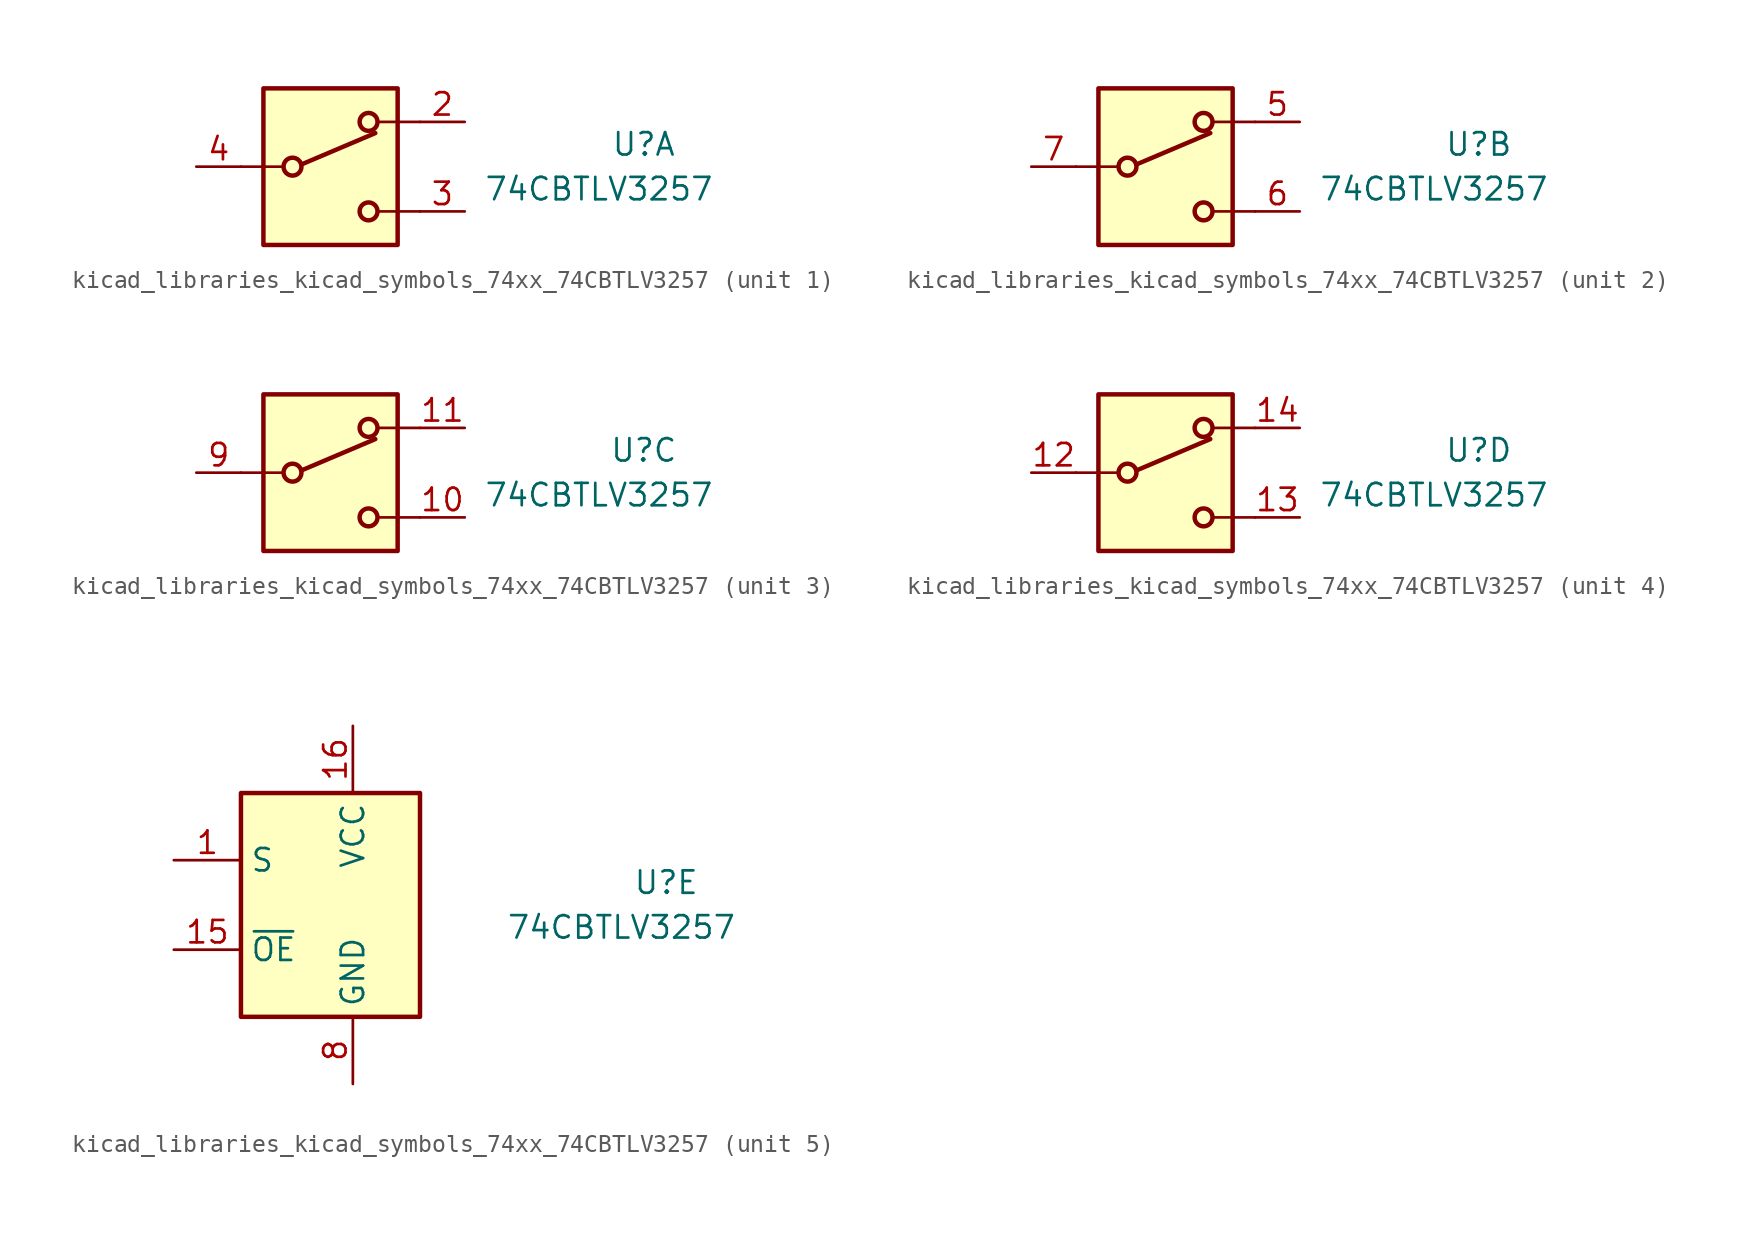
<source format=kicad_sym>
(kicad_symbol_lib
  (version 20220914)
  (generator kicad_symbol_editor)
  (symbol "kicad_libraries_kicad_symbols_74xx_74CBTLV3257"
    (property "Reference" "U"
      (at 17.78 1.27 0)
      (effects (font (size 1.27 1.27))))
    (property "Value" "74CBTLV3257"
      (at 15.24 -1.27 0)
      (effects (font (size 1.27 1.27))))
    (property "ki_locked" ""
      (at 0 0 0)
      (effects (font (size 1.27 1.27))))
    (symbol "kicad_libraries_kicad_symbols_74xx_74CBTLV3257_1_1"
      (rectangle (start -3.81 4.445) (end 3.81 -4.445) (stroke (width 0.254) (type default)) (fill (type background)))
      (circle (center -2.159 0) (radius 0.508) (stroke (width 0.254) (type default)) (fill (type none)))
      (polyline (pts (xy -5.08 0) (xy -2.794 0)) (stroke (width 0) (type default)) (fill (type none)))
      (polyline (pts (xy -1.651 0.127) (xy 2.54 1.905)) (stroke (width 0.254) (type default)) (fill (type none)))
      (polyline (pts (xy 5.08 -2.54) (xy 2.794 -2.54)) (stroke (width 0) (type default)) (fill (type none)))
      (polyline (pts (xy 5.08 2.54) (xy 2.794 2.54)) (stroke (width 0) (type default)) (fill (type none)))
      (circle (center 2.159 -2.54) (radius 0.508) (stroke (width 0.254) (type default)) (fill (type none)))
      (circle (center 2.159 2.54) (radius 0.508) (stroke (width 0.254) (type default)) (fill (type none)))
      (pin passive line (at 7.62 2.54 180) (length 2.54) (name "~" (effects (font (size 1.27 1.27)))) (number "2" (effects (font (size 1.27 1.27)))))
      (pin passive line (at 7.62 -2.54 180) (length 2.54) (name "~" (effects (font (size 1.27 1.27)))) (number "3" (effects (font (size 1.27 1.27)))))
      (pin passive line (at -7.62 0 0) (length 2.54) (name "~" (effects (font (size 1.27 1.27)))) (number "4" (effects (font (size 1.27 1.27))))))
    (symbol "kicad_libraries_kicad_symbols_74xx_74CBTLV3257_2_1"
      (rectangle (start -3.81 4.445) (end 3.81 -4.445) (stroke (width 0.254) (type default)) (fill (type background)))
      (circle (center -2.159 0) (radius 0.508) (stroke (width 0.254) (type default)) (fill (type none)))
      (polyline (pts (xy -5.08 0) (xy -2.794 0)) (stroke (width 0) (type default)) (fill (type none)))
      (polyline (pts (xy -1.651 0.127) (xy 2.54 1.905)) (stroke (width 0.254) (type default)) (fill (type none)))
      (polyline (pts (xy 5.08 -2.54) (xy 2.794 -2.54)) (stroke (width 0) (type default)) (fill (type none)))
      (polyline (pts (xy 5.08 2.54) (xy 2.794 2.54)) (stroke (width 0) (type default)) (fill (type none)))
      (circle (center 2.159 -2.54) (radius 0.508) (stroke (width 0.254) (type default)) (fill (type none)))
      (circle (center 2.159 2.54) (radius 0.508) (stroke (width 0.254) (type default)) (fill (type none)))
      (pin passive line (at 7.62 2.54 180) (length 2.54) (name "~" (effects (font (size 1.27 1.27)))) (number "5" (effects (font (size 1.27 1.27)))))
      (pin passive line (at 7.62 -2.54 180) (length 2.54) (name "~" (effects (font (size 1.27 1.27)))) (number "6" (effects (font (size 1.27 1.27)))))
      (pin passive line (at -7.62 0 0) (length 2.54) (name "~" (effects (font (size 1.27 1.27)))) (number "7" (effects (font (size 1.27 1.27))))))
    (symbol "kicad_libraries_kicad_symbols_74xx_74CBTLV3257_3_1"
      (rectangle (start -3.81 4.445) (end 3.81 -4.445) (stroke (width 0.254) (type default)) (fill (type background)))
      (circle (center -2.159 0) (radius 0.508) (stroke (width 0.254) (type default)) (fill (type none)))
      (polyline (pts (xy -5.08 0) (xy -2.794 0)) (stroke (width 0) (type default)) (fill (type none)))
      (polyline (pts (xy -1.651 0.127) (xy 2.54 1.905)) (stroke (width 0.254) (type default)) (fill (type none)))
      (polyline (pts (xy 5.08 -2.54) (xy 2.794 -2.54)) (stroke (width 0) (type default)) (fill (type none)))
      (polyline (pts (xy 5.08 2.54) (xy 2.794 2.54)) (stroke (width 0) (type default)) (fill (type none)))
      (circle (center 2.159 -2.54) (radius 0.508) (stroke (width 0.254) (type default)) (fill (type none)))
      (circle (center 2.159 2.54) (radius 0.508) (stroke (width 0.254) (type default)) (fill (type none)))
      (pin passive line (at 7.62 -2.54 180) (length 2.54) (name "~" (effects (font (size 1.27 1.27)))) (number "10" (effects (font (size 1.27 1.27)))))
      (pin passive line (at 7.62 2.54 180) (length 2.54) (name "~" (effects (font (size 1.27 1.27)))) (number "11" (effects (font (size 1.27 1.27)))))
      (pin passive line (at -7.62 0 0) (length 2.54) (name "~" (effects (font (size 1.27 1.27)))) (number "9" (effects (font (size 1.27 1.27))))))
    (symbol "kicad_libraries_kicad_symbols_74xx_74CBTLV3257_4_1"
      (rectangle (start -3.81 4.445) (end 3.81 -4.445) (stroke (width 0.254) (type default)) (fill (type background)))
      (circle (center -2.159 0) (radius 0.508) (stroke (width 0.254) (type default)) (fill (type none)))
      (polyline (pts (xy -5.08 0) (xy -2.794 0)) (stroke (width 0) (type default)) (fill (type none)))
      (polyline (pts (xy -1.651 0.127) (xy 2.54 1.905)) (stroke (width 0.254) (type default)) (fill (type none)))
      (polyline (pts (xy 5.08 -2.54) (xy 2.794 -2.54)) (stroke (width 0) (type default)) (fill (type none)))
      (polyline (pts (xy 5.08 2.54) (xy 2.794 2.54)) (stroke (width 0) (type default)) (fill (type none)))
      (circle (center 2.159 -2.54) (radius 0.508) (stroke (width 0.254) (type default)) (fill (type none)))
      (circle (center 2.159 2.54) (radius 0.508) (stroke (width 0.254) (type default)) (fill (type none)))
      (pin passive line (at -7.62 0 0) (length 2.54) (name "~" (effects (font (size 1.27 1.27)))) (number "12" (effects (font (size 1.27 1.27)))))
      (pin passive line (at 7.62 -2.54 180) (length 2.54) (name "~" (effects (font (size 1.27 1.27)))) (number "13" (effects (font (size 1.27 1.27)))))
      (pin passive line (at 7.62 2.54 180) (length 2.54) (name "~" (effects (font (size 1.27 1.27)))) (number "14" (effects (font (size 1.27 1.27))))))
    (symbol "kicad_libraries_kicad_symbols_74xx_74CBTLV3257_5_1"
      (rectangle (start 3.81 6.35) (end -6.35 -6.35) (stroke (width 0.254) (type default)) (fill (type background)))
      (pin input line (at -10.16 2.54 0) (length 3.81) (name "S" (effects (font (size 1.27 1.27)))) (number "1" (effects (font (size 1.27 1.27)))))
      (pin input line (at -10.16 -2.54 0) (length 3.81) (name "~{OE}" (effects (font (size 1.27 1.27)))) (number "15" (effects (font (size 1.27 1.27)))))
      (pin power_in line (at 0 10.16 270) (length 3.81) (name "VCC" (effects (font (size 1.27 1.27)))) (number "16" (effects (font (size 1.27 1.27)))))
      (pin power_in line (at 0 -10.16 90) (length 3.81) (name "GND" (effects (font (size 1.27 1.27)))) (number "8" (effects (font (size 1.27 1.27))))))))
</source>
